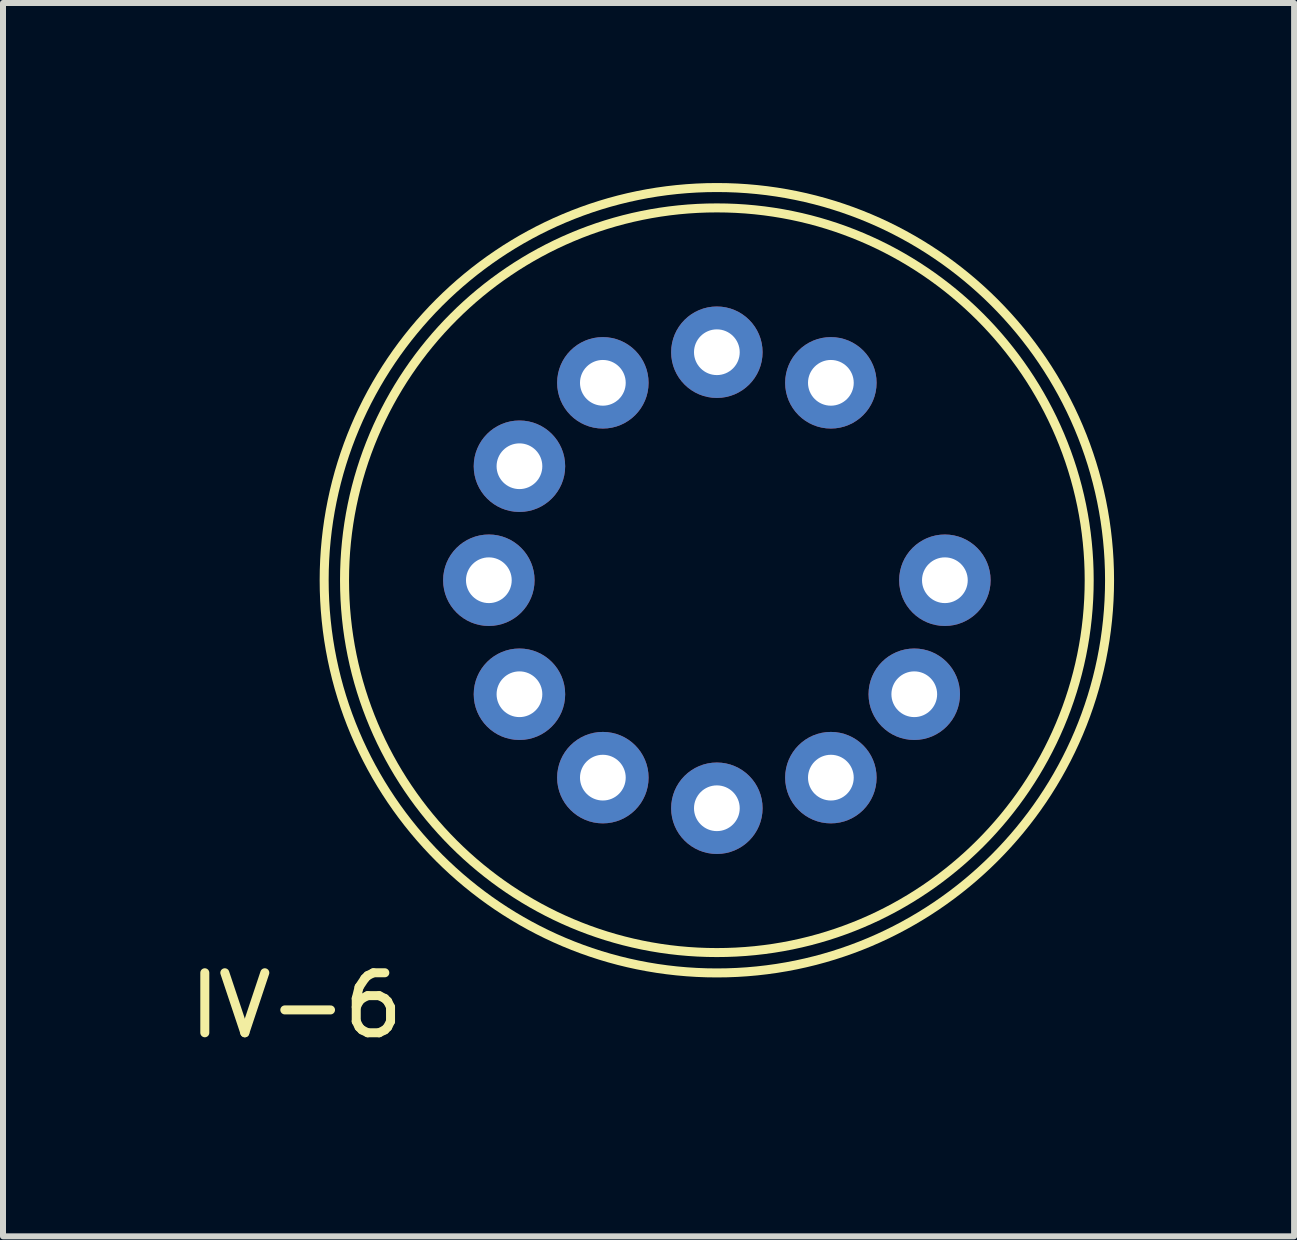
<source format=kicad_pcb>
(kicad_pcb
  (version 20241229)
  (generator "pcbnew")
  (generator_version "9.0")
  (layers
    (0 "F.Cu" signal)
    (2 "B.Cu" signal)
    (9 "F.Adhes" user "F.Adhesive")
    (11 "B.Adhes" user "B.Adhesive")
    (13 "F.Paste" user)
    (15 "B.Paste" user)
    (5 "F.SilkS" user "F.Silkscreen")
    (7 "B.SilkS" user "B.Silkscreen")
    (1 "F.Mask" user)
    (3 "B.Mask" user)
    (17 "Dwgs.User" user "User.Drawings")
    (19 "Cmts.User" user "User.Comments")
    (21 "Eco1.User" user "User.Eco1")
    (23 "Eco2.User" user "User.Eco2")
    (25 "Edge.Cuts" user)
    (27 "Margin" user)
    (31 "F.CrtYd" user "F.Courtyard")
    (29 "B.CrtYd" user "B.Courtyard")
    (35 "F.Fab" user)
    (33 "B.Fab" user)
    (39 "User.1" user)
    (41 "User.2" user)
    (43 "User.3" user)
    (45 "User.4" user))
  (footprint "IV-6"
    (layer "F.Cu")
    (at 8.897 6.62)
    (property "Reference" "IV-6" (at -7.01 7.087 180) (layer "F.SilkS") (effects (font (size 1 1) (thickness 0.15))))
    (attr through_hole)
    (fp_circle (center 0 0) (end 6.2 0.254) (stroke (width 0.15) (type solid)) (fill no) (layer "F.SilkS"))
    (fp_circle (center 0 0) (end 6.5 -0.762) (stroke (width 0.15) (type solid)) (fill no) (layer "F.SilkS"))
    (pad "1" thru_hole circle (at 1.9 -3.29 150) (size 1.524 1.524) (drill 0.762) (layers "*.Cu" "*.Mask"))
    (pad "2" thru_hole circle (at 0 -3.8 285) (size 1.524 1.524) (drill 0.762) (layers "*.Cu" "*.Mask"))
    (pad "3" thru_hole circle (at -1.9 -3.29 240) (size 1.524 1.524) (drill 0.762) (layers "*.Cu" "*.Mask"))
    (pad "4" thru_hole circle (at -3.29 -1.9 240) (size 1.524 1.524) (drill 0.762) (layers "*.Cu" "*.Mask"))
    (pad "5" thru_hole circle (at -3.8 0 240) (size 1.524 1.524) (drill 0.762) (layers "*.Cu" "*.Mask"))
    (pad "6" thru_hole circle (at -3.29 1.9 240) (size 1.524 1.524) (drill 0.762) (layers "*.Cu" "*.Mask"))
    (pad "7" thru_hole circle (at -1.9 3.29 240) (size 1.524 1.524) (drill 0.762) (layers "*.Cu" "*.Mask"))
    (pad "8" thru_hole circle (at 0 3.8 240) (size 1.524 1.524) (drill 0.762) (layers "*.Cu" "*.Mask"))
    (pad "9" thru_hole circle (at 1.9 3.29 240) (size 1.524 1.524) (drill 0.762) (layers "*.Cu" "*.Mask"))
    (pad "10" thru_hole circle (at 3.29 1.9 240) (size 1.524 1.524) (drill 0.762) (layers "*.Cu" "*.Mask"))
    (pad "11" thru_hole circle (at 3.8 0 240) (size 1.524 1.524) (drill 0.762) (layers "*.Cu" "*.Mask")))
  (gr_rect
    (start -3 -3)
    (end 18.517 17.554)
    (stroke (width 0.1) (type default))
    (fill no)
    (layer "Edge.Cuts")))
</source>
